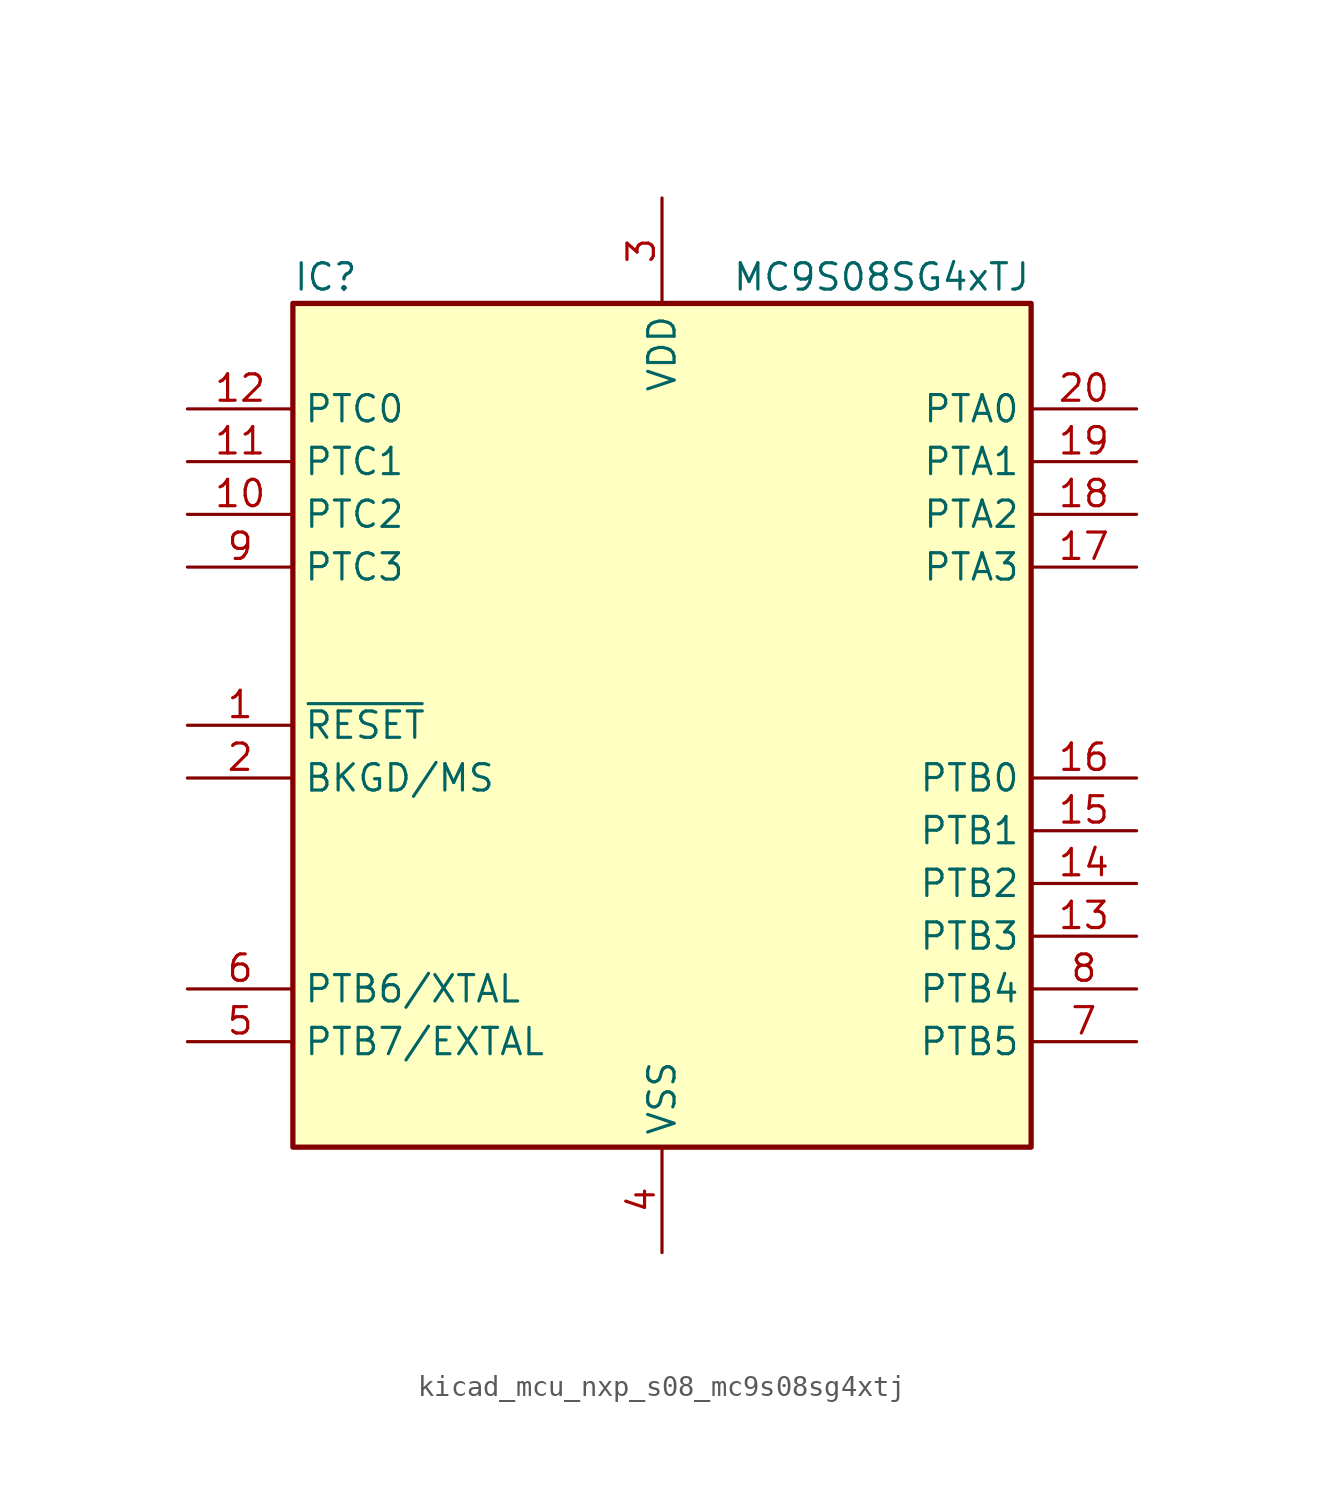
<source format=kicad_sym>
(kicad_symbol_lib
  (version 20220914)
  (generator kicad_symbol_editor)
  (symbol "kicad_mcu_nxp_s08_mc9s08sg4xtj"
    (property "Reference" "IC"
      (at -17.78 21.59 0)
      (effects (font (size 1.27 1.27)) (justify left)))
    (property "Value" "MC9S08SG4xTJ"
      (at 17.78 21.59 0)
      (effects (font (size 1.27 1.27)) (justify right)))
    (symbol "kicad_mcu_nxp_s08_mc9s08sg4xtj_0_1"
      (rectangle (start -17.78 20.32) (end 17.78 -20.32) (stroke (width 0.254) (type default)) (fill (type background))))
    (symbol "kicad_mcu_nxp_s08_mc9s08sg4xtj_1_1"
      (pin input line (at -22.86 0 0) (length 5.08) (name "~{RESET}" (effects (font (size 1.27 1.27)))) (number "1" (effects (font (size 1.27 1.27)))))
      (pin bidirectional line (at -22.86 10.16 0) (length 5.08) (name "PTC2" (effects (font (size 1.27 1.27)))) (number "10" (effects (font (size 1.27 1.27)))))
      (pin bidirectional line (at -22.86 12.7 0) (length 5.08) (name "PTC1" (effects (font (size 1.27 1.27)))) (number "11" (effects (font (size 1.27 1.27)))))
      (pin bidirectional line (at -22.86 15.24 0) (length 5.08) (name "PTC0" (effects (font (size 1.27 1.27)))) (number "12" (effects (font (size 1.27 1.27)))))
      (pin bidirectional line (at 22.86 -10.16 180) (length 5.08) (name "PTB3" (effects (font (size 1.27 1.27)))) (number "13" (effects (font (size 1.27 1.27)))))
      (pin bidirectional line (at 22.86 -7.62 180) (length 5.08) (name "PTB2" (effects (font (size 1.27 1.27)))) (number "14" (effects (font (size 1.27 1.27)))))
      (pin bidirectional line (at 22.86 -5.08 180) (length 5.08) (name "PTB1" (effects (font (size 1.27 1.27)))) (number "15" (effects (font (size 1.27 1.27)))))
      (pin bidirectional line (at 22.86 -2.54 180) (length 5.08) (name "PTB0" (effects (font (size 1.27 1.27)))) (number "16" (effects (font (size 1.27 1.27)))))
      (pin bidirectional line (at 22.86 7.62 180) (length 5.08) (name "PTA3" (effects (font (size 1.27 1.27)))) (number "17" (effects (font (size 1.27 1.27)))))
      (pin bidirectional line (at 22.86 10.16 180) (length 5.08) (name "PTA2" (effects (font (size 1.27 1.27)))) (number "18" (effects (font (size 1.27 1.27)))))
      (pin bidirectional line (at 22.86 12.7 180) (length 5.08) (name "PTA1" (effects (font (size 1.27 1.27)))) (number "19" (effects (font (size 1.27 1.27)))))
      (pin bidirectional line (at -22.86 -2.54 0) (length 5.08) (name "BKGD/MS" (effects (font (size 1.27 1.27)))) (number "2" (effects (font (size 1.27 1.27)))))
      (pin bidirectional line (at 22.86 15.24 180) (length 5.08) (name "PTA0" (effects (font (size 1.27 1.27)))) (number "20" (effects (font (size 1.27 1.27)))))
      (pin power_in line (at 0 25.4 270) (length 5.08) (name "VDD" (effects (font (size 1.27 1.27)))) (number "3" (effects (font (size 1.27 1.27)))))
      (pin power_in line (at 0 -25.4 90) (length 5.08) (name "VSS" (effects (font (size 1.27 1.27)))) (number "4" (effects (font (size 1.27 1.27)))))
      (pin bidirectional line (at -22.86 -15.24 0) (length 5.08) (name "PTB7/EXTAL" (effects (font (size 1.27 1.27)))) (number "5" (effects (font (size 1.27 1.27)))))
      (pin bidirectional line (at -22.86 -12.7 0) (length 5.08) (name "PTB6/XTAL" (effects (font (size 1.27 1.27)))) (number "6" (effects (font (size 1.27 1.27)))))
      (pin bidirectional line (at 22.86 -15.24 180) (length 5.08) (name "PTB5" (effects (font (size 1.27 1.27)))) (number "7" (effects (font (size 1.27 1.27)))))
      (pin bidirectional line (at 22.86 -12.7 180) (length 5.08) (name "PTB4" (effects (font (size 1.27 1.27)))) (number "8" (effects (font (size 1.27 1.27)))))
      (pin bidirectional line (at -22.86 7.62 0) (length 5.08) (name "PTC3" (effects (font (size 1.27 1.27)))) (number "9" (effects (font (size 1.27 1.27))))))))
</source>
